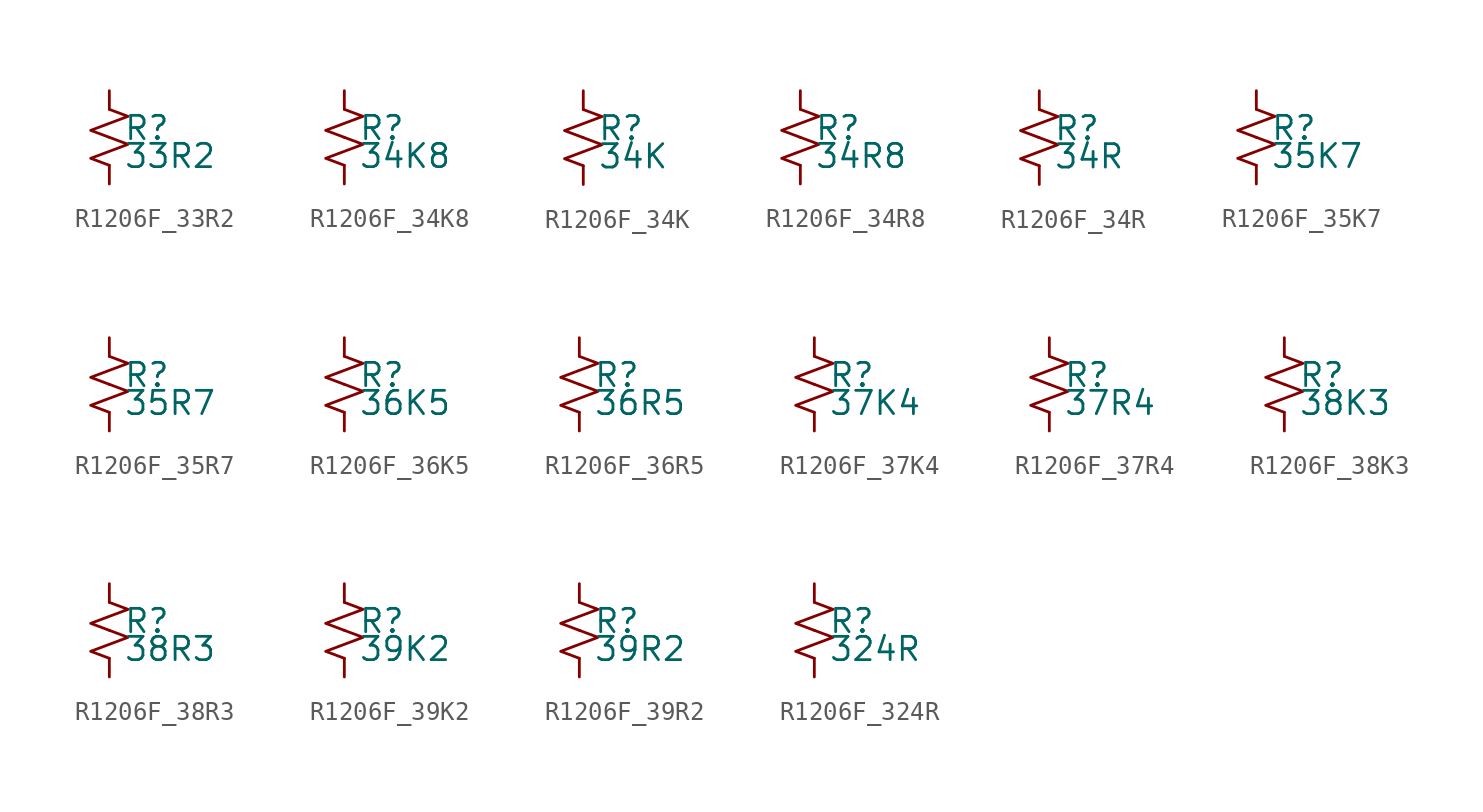
<source format=kicad_sym>
(kicad_symbol_lib
  (version 20220914)
  (generator kicad_symbol_editor)
  (symbol "R1206F_33R2"
    (pin_numbers hide)
    (pin_names
      (offset 0.254) hide)
    (property "Reference" "R"
      (at 0.762 0.508 0)
      (effects (font (size 1.27 1.27)) (justify left)))
    (property "Value" "33R2"
      (at 0.762 -1.016 0)
      (effects (font (size 1.27 1.27)) (justify left)))
    (symbol "R1206F_33R2_1_1"
      (polyline (pts (xy 0 0) (xy 1.016 -0.381) (xy 0 -0.762) (xy -1.016 -1.143) (xy 0 -1.524)) (stroke (width 0) (type default)) (fill (type none)))
      (polyline (pts (xy 0 1.524) (xy 1.016 1.143) (xy 0 0.762) (xy -1.016 0.381) (xy 0 0)) (stroke (width 0) (type default)) (fill (type none)))
      (pin passive line (at 0 2.54 270) (length 1.016) (name "~" (effects (font (size 1.27 1.27)))) (number "1" (effects (font (size 1.27 1.27)))))
      (pin passive line (at 0 -2.54 90) (length 1.016) (name "~" (effects (font (size 1.27 1.27)))) (number "2" (effects (font (size 1.27 1.27)))))))
  (symbol "R1206F_34K8"
    (pin_numbers hide)
    (pin_names
      (offset 0.254) hide)
    (property "Reference" "R"
      (at 0.762 0.508 0)
      (effects (font (size 1.27 1.27)) (justify left)))
    (property "Value" "34K8"
      (at 0.762 -1.016 0)
      (effects (font (size 1.27 1.27)) (justify left)))
    (symbol "R1206F_34K8_1_1"
      (polyline (pts (xy 0 0) (xy 1.016 -0.381) (xy 0 -0.762) (xy -1.016 -1.143) (xy 0 -1.524)) (stroke (width 0) (type default)) (fill (type none)))
      (polyline (pts (xy 0 1.524) (xy 1.016 1.143) (xy 0 0.762) (xy -1.016 0.381) (xy 0 0)) (stroke (width 0) (type default)) (fill (type none)))
      (pin passive line (at 0 2.54 270) (length 1.016) (name "~" (effects (font (size 1.27 1.27)))) (number "1" (effects (font (size 1.27 1.27)))))
      (pin passive line (at 0 -2.54 90) (length 1.016) (name "~" (effects (font (size 1.27 1.27)))) (number "2" (effects (font (size 1.27 1.27)))))))
  (symbol "R1206F_34K"
    (pin_numbers hide)
    (pin_names
      (offset 0.254) hide)
    (property "Reference" "R"
      (at 0.762 0.508 0)
      (effects (font (size 1.27 1.27)) (justify left)))
    (property "Value" "34K"
      (at 0.762 -1.016 0)
      (effects (font (size 1.27 1.27)) (justify left)))
    (symbol "R1206F_34K_1_1"
      (polyline (pts (xy 0 0) (xy 1.016 -0.381) (xy 0 -0.762) (xy -1.016 -1.143) (xy 0 -1.524)) (stroke (width 0) (type default)) (fill (type none)))
      (polyline (pts (xy 0 1.524) (xy 1.016 1.143) (xy 0 0.762) (xy -1.016 0.381) (xy 0 0)) (stroke (width 0) (type default)) (fill (type none)))
      (pin passive line (at 0 2.54 270) (length 1.016) (name "~" (effects (font (size 1.27 1.27)))) (number "1" (effects (font (size 1.27 1.27)))))
      (pin passive line (at 0 -2.54 90) (length 1.016) (name "~" (effects (font (size 1.27 1.27)))) (number "2" (effects (font (size 1.27 1.27)))))))
  (symbol "R1206F_34R8"
    (pin_numbers hide)
    (pin_names
      (offset 0.254) hide)
    (property "Reference" "R"
      (at 0.762 0.508 0)
      (effects (font (size 1.27 1.27)) (justify left)))
    (property "Value" "34R8"
      (at 0.762 -1.016 0)
      (effects (font (size 1.27 1.27)) (justify left)))
    (symbol "R1206F_34R8_1_1"
      (polyline (pts (xy 0 0) (xy 1.016 -0.381) (xy 0 -0.762) (xy -1.016 -1.143) (xy 0 -1.524)) (stroke (width 0) (type default)) (fill (type none)))
      (polyline (pts (xy 0 1.524) (xy 1.016 1.143) (xy 0 0.762) (xy -1.016 0.381) (xy 0 0)) (stroke (width 0) (type default)) (fill (type none)))
      (pin passive line (at 0 2.54 270) (length 1.016) (name "~" (effects (font (size 1.27 1.27)))) (number "1" (effects (font (size 1.27 1.27)))))
      (pin passive line (at 0 -2.54 90) (length 1.016) (name "~" (effects (font (size 1.27 1.27)))) (number "2" (effects (font (size 1.27 1.27)))))))
  (symbol "R1206F_34R"
    (pin_numbers hide)
    (pin_names
      (offset 0.254) hide)
    (property "Reference" "R"
      (at 0.762 0.508 0)
      (effects (font (size 1.27 1.27)) (justify left)))
    (property "Value" "34R"
      (at 0.762 -1.016 0)
      (effects (font (size 1.27 1.27)) (justify left)))
    (symbol "R1206F_34R_1_1"
      (polyline (pts (xy 0 0) (xy 1.016 -0.381) (xy 0 -0.762) (xy -1.016 -1.143) (xy 0 -1.524)) (stroke (width 0) (type default)) (fill (type none)))
      (polyline (pts (xy 0 1.524) (xy 1.016 1.143) (xy 0 0.762) (xy -1.016 0.381) (xy 0 0)) (stroke (width 0) (type default)) (fill (type none)))
      (pin passive line (at 0 2.54 270) (length 1.016) (name "~" (effects (font (size 1.27 1.27)))) (number "1" (effects (font (size 1.27 1.27)))))
      (pin passive line (at 0 -2.54 90) (length 1.016) (name "~" (effects (font (size 1.27 1.27)))) (number "2" (effects (font (size 1.27 1.27)))))))
  (symbol "R1206F_35K7"
    (pin_numbers hide)
    (pin_names
      (offset 0.254) hide)
    (property "Reference" "R"
      (at 0.762 0.508 0)
      (effects (font (size 1.27 1.27)) (justify left)))
    (property "Value" "35K7"
      (at 0.762 -1.016 0)
      (effects (font (size 1.27 1.27)) (justify left)))
    (symbol "R1206F_35K7_1_1"
      (polyline (pts (xy 0 0) (xy 1.016 -0.381) (xy 0 -0.762) (xy -1.016 -1.143) (xy 0 -1.524)) (stroke (width 0) (type default)) (fill (type none)))
      (polyline (pts (xy 0 1.524) (xy 1.016 1.143) (xy 0 0.762) (xy -1.016 0.381) (xy 0 0)) (stroke (width 0) (type default)) (fill (type none)))
      (pin passive line (at 0 2.54 270) (length 1.016) (name "~" (effects (font (size 1.27 1.27)))) (number "1" (effects (font (size 1.27 1.27)))))
      (pin passive line (at 0 -2.54 90) (length 1.016) (name "~" (effects (font (size 1.27 1.27)))) (number "2" (effects (font (size 1.27 1.27)))))))
  (symbol "R1206F_35R7"
    (pin_numbers hide)
    (pin_names
      (offset 0.254) hide)
    (property "Reference" "R"
      (at 0.762 0.508 0)
      (effects (font (size 1.27 1.27)) (justify left)))
    (property "Value" "35R7"
      (at 0.762 -1.016 0)
      (effects (font (size 1.27 1.27)) (justify left)))
    (symbol "R1206F_35R7_1_1"
      (polyline (pts (xy 0 0) (xy 1.016 -0.381) (xy 0 -0.762) (xy -1.016 -1.143) (xy 0 -1.524)) (stroke (width 0) (type default)) (fill (type none)))
      (polyline (pts (xy 0 1.524) (xy 1.016 1.143) (xy 0 0.762) (xy -1.016 0.381) (xy 0 0)) (stroke (width 0) (type default)) (fill (type none)))
      (pin passive line (at 0 2.54 270) (length 1.016) (name "~" (effects (font (size 1.27 1.27)))) (number "1" (effects (font (size 1.27 1.27)))))
      (pin passive line (at 0 -2.54 90) (length 1.016) (name "~" (effects (font (size 1.27 1.27)))) (number "2" (effects (font (size 1.27 1.27)))))))
  (symbol "R1206F_36K5"
    (pin_numbers hide)
    (pin_names
      (offset 0.254) hide)
    (property "Reference" "R"
      (at 0.762 0.508 0)
      (effects (font (size 1.27 1.27)) (justify left)))
    (property "Value" "36K5"
      (at 0.762 -1.016 0)
      (effects (font (size 1.27 1.27)) (justify left)))
    (symbol "R1206F_36K5_1_1"
      (polyline (pts (xy 0 0) (xy 1.016 -0.381) (xy 0 -0.762) (xy -1.016 -1.143) (xy 0 -1.524)) (stroke (width 0) (type default)) (fill (type none)))
      (polyline (pts (xy 0 1.524) (xy 1.016 1.143) (xy 0 0.762) (xy -1.016 0.381) (xy 0 0)) (stroke (width 0) (type default)) (fill (type none)))
      (pin passive line (at 0 2.54 270) (length 1.016) (name "~" (effects (font (size 1.27 1.27)))) (number "1" (effects (font (size 1.27 1.27)))))
      (pin passive line (at 0 -2.54 90) (length 1.016) (name "~" (effects (font (size 1.27 1.27)))) (number "2" (effects (font (size 1.27 1.27)))))))
  (symbol "R1206F_36R5"
    (pin_numbers hide)
    (pin_names
      (offset 0.254) hide)
    (property "Reference" "R"
      (at 0.762 0.508 0)
      (effects (font (size 1.27 1.27)) (justify left)))
    (property "Value" "36R5"
      (at 0.762 -1.016 0)
      (effects (font (size 1.27 1.27)) (justify left)))
    (symbol "R1206F_36R5_1_1"
      (polyline (pts (xy 0 0) (xy 1.016 -0.381) (xy 0 -0.762) (xy -1.016 -1.143) (xy 0 -1.524)) (stroke (width 0) (type default)) (fill (type none)))
      (polyline (pts (xy 0 1.524) (xy 1.016 1.143) (xy 0 0.762) (xy -1.016 0.381) (xy 0 0)) (stroke (width 0) (type default)) (fill (type none)))
      (pin passive line (at 0 2.54 270) (length 1.016) (name "~" (effects (font (size 1.27 1.27)))) (number "1" (effects (font (size 1.27 1.27)))))
      (pin passive line (at 0 -2.54 90) (length 1.016) (name "~" (effects (font (size 1.27 1.27)))) (number "2" (effects (font (size 1.27 1.27)))))))
  (symbol "R1206F_37K4"
    (pin_numbers hide)
    (pin_names
      (offset 0.254) hide)
    (property "Reference" "R"
      (at 0.762 0.508 0)
      (effects (font (size 1.27 1.27)) (justify left)))
    (property "Value" "37K4"
      (at 0.762 -1.016 0)
      (effects (font (size 1.27 1.27)) (justify left)))
    (symbol "R1206F_37K4_1_1"
      (polyline (pts (xy 0 0) (xy 1.016 -0.381) (xy 0 -0.762) (xy -1.016 -1.143) (xy 0 -1.524)) (stroke (width 0) (type default)) (fill (type none)))
      (polyline (pts (xy 0 1.524) (xy 1.016 1.143) (xy 0 0.762) (xy -1.016 0.381) (xy 0 0)) (stroke (width 0) (type default)) (fill (type none)))
      (pin passive line (at 0 2.54 270) (length 1.016) (name "~" (effects (font (size 1.27 1.27)))) (number "1" (effects (font (size 1.27 1.27)))))
      (pin passive line (at 0 -2.54 90) (length 1.016) (name "~" (effects (font (size 1.27 1.27)))) (number "2" (effects (font (size 1.27 1.27)))))))
  (symbol "R1206F_37R4"
    (pin_numbers hide)
    (pin_names
      (offset 0.254) hide)
    (property "Reference" "R"
      (at 0.762 0.508 0)
      (effects (font (size 1.27 1.27)) (justify left)))
    (property "Value" "37R4"
      (at 0.762 -1.016 0)
      (effects (font (size 1.27 1.27)) (justify left)))
    (symbol "R1206F_37R4_1_1"
      (polyline (pts (xy 0 0) (xy 1.016 -0.381) (xy 0 -0.762) (xy -1.016 -1.143) (xy 0 -1.524)) (stroke (width 0) (type default)) (fill (type none)))
      (polyline (pts (xy 0 1.524) (xy 1.016 1.143) (xy 0 0.762) (xy -1.016 0.381) (xy 0 0)) (stroke (width 0) (type default)) (fill (type none)))
      (pin passive line (at 0 2.54 270) (length 1.016) (name "~" (effects (font (size 1.27 1.27)))) (number "1" (effects (font (size 1.27 1.27)))))
      (pin passive line (at 0 -2.54 90) (length 1.016) (name "~" (effects (font (size 1.27 1.27)))) (number "2" (effects (font (size 1.27 1.27)))))))
  (symbol "R1206F_38K3"
    (pin_numbers hide)
    (pin_names
      (offset 0.254) hide)
    (property "Reference" "R"
      (at 0.762 0.508 0)
      (effects (font (size 1.27 1.27)) (justify left)))
    (property "Value" "38K3"
      (at 0.762 -1.016 0)
      (effects (font (size 1.27 1.27)) (justify left)))
    (symbol "R1206F_38K3_1_1"
      (polyline (pts (xy 0 0) (xy 1.016 -0.381) (xy 0 -0.762) (xy -1.016 -1.143) (xy 0 -1.524)) (stroke (width 0) (type default)) (fill (type none)))
      (polyline (pts (xy 0 1.524) (xy 1.016 1.143) (xy 0 0.762) (xy -1.016 0.381) (xy 0 0)) (stroke (width 0) (type default)) (fill (type none)))
      (pin passive line (at 0 2.54 270) (length 1.016) (name "~" (effects (font (size 1.27 1.27)))) (number "1" (effects (font (size 1.27 1.27)))))
      (pin passive line (at 0 -2.54 90) (length 1.016) (name "~" (effects (font (size 1.27 1.27)))) (number "2" (effects (font (size 1.27 1.27)))))))
  (symbol "R1206F_38R3"
    (pin_numbers hide)
    (pin_names
      (offset 0.254) hide)
    (property "Reference" "R"
      (at 0.762 0.508 0)
      (effects (font (size 1.27 1.27)) (justify left)))
    (property "Value" "38R3"
      (at 0.762 -1.016 0)
      (effects (font (size 1.27 1.27)) (justify left)))
    (symbol "R1206F_38R3_1_1"
      (polyline (pts (xy 0 0) (xy 1.016 -0.381) (xy 0 -0.762) (xy -1.016 -1.143) (xy 0 -1.524)) (stroke (width 0) (type default)) (fill (type none)))
      (polyline (pts (xy 0 1.524) (xy 1.016 1.143) (xy 0 0.762) (xy -1.016 0.381) (xy 0 0)) (stroke (width 0) (type default)) (fill (type none)))
      (pin passive line (at 0 2.54 270) (length 1.016) (name "~" (effects (font (size 1.27 1.27)))) (number "1" (effects (font (size 1.27 1.27)))))
      (pin passive line (at 0 -2.54 90) (length 1.016) (name "~" (effects (font (size 1.27 1.27)))) (number "2" (effects (font (size 1.27 1.27)))))))
  (symbol "R1206F_39K2"
    (pin_numbers hide)
    (pin_names
      (offset 0.254) hide)
    (property "Reference" "R"
      (at 0.762 0.508 0)
      (effects (font (size 1.27 1.27)) (justify left)))
    (property "Value" "39K2"
      (at 0.762 -1.016 0)
      (effects (font (size 1.27 1.27)) (justify left)))
    (symbol "R1206F_39K2_1_1"
      (polyline (pts (xy 0 0) (xy 1.016 -0.381) (xy 0 -0.762) (xy -1.016 -1.143) (xy 0 -1.524)) (stroke (width 0) (type default)) (fill (type none)))
      (polyline (pts (xy 0 1.524) (xy 1.016 1.143) (xy 0 0.762) (xy -1.016 0.381) (xy 0 0)) (stroke (width 0) (type default)) (fill (type none)))
      (pin passive line (at 0 2.54 270) (length 1.016) (name "~" (effects (font (size 1.27 1.27)))) (number "1" (effects (font (size 1.27 1.27)))))
      (pin passive line (at 0 -2.54 90) (length 1.016) (name "~" (effects (font (size 1.27 1.27)))) (number "2" (effects (font (size 1.27 1.27)))))))
  (symbol "R1206F_39R2"
    (pin_numbers hide)
    (pin_names
      (offset 0.254) hide)
    (property "Reference" "R"
      (at 0.762 0.508 0)
      (effects (font (size 1.27 1.27)) (justify left)))
    (property "Value" "39R2"
      (at 0.762 -1.016 0)
      (effects (font (size 1.27 1.27)) (justify left)))
    (symbol "R1206F_39R2_1_1"
      (polyline (pts (xy 0 0) (xy 1.016 -0.381) (xy 0 -0.762) (xy -1.016 -1.143) (xy 0 -1.524)) (stroke (width 0) (type default)) (fill (type none)))
      (polyline (pts (xy 0 1.524) (xy 1.016 1.143) (xy 0 0.762) (xy -1.016 0.381) (xy 0 0)) (stroke (width 0) (type default)) (fill (type none)))
      (pin passive line (at 0 2.54 270) (length 1.016) (name "~" (effects (font (size 1.27 1.27)))) (number "1" (effects (font (size 1.27 1.27)))))
      (pin passive line (at 0 -2.54 90) (length 1.016) (name "~" (effects (font (size 1.27 1.27)))) (number "2" (effects (font (size 1.27 1.27)))))))
  (symbol "R1206F_324R"
    (pin_numbers hide)
    (pin_names
      (offset 0.254) hide)
    (property "Reference" "R"
      (at 0.762 0.508 0)
      (effects (font (size 1.27 1.27)) (justify left)))
    (property "Value" "324R"
      (at 0.762 -1.016 0)
      (effects (font (size 1.27 1.27)) (justify left)))
    (symbol "R1206F_324R_1_1"
      (polyline (pts (xy 0 0) (xy 1.016 -0.381) (xy 0 -0.762) (xy -1.016 -1.143) (xy 0 -1.524)) (stroke (width 0) (type default)) (fill (type none)))
      (polyline (pts (xy 0 1.524) (xy 1.016 1.143) (xy 0 0.762) (xy -1.016 0.381) (xy 0 0)) (stroke (width 0) (type default)) (fill (type none)))
      (pin passive line (at 0 2.54 270) (length 1.016) (name "~" (effects (font (size 1.27 1.27)))) (number "1" (effects (font (size 1.27 1.27)))))
      (pin passive line (at 0 -2.54 90) (length 1.016) (name "~" (effects (font (size 1.27 1.27)))) (number "2" (effects (font (size 1.27 1.27))))))))
</source>
